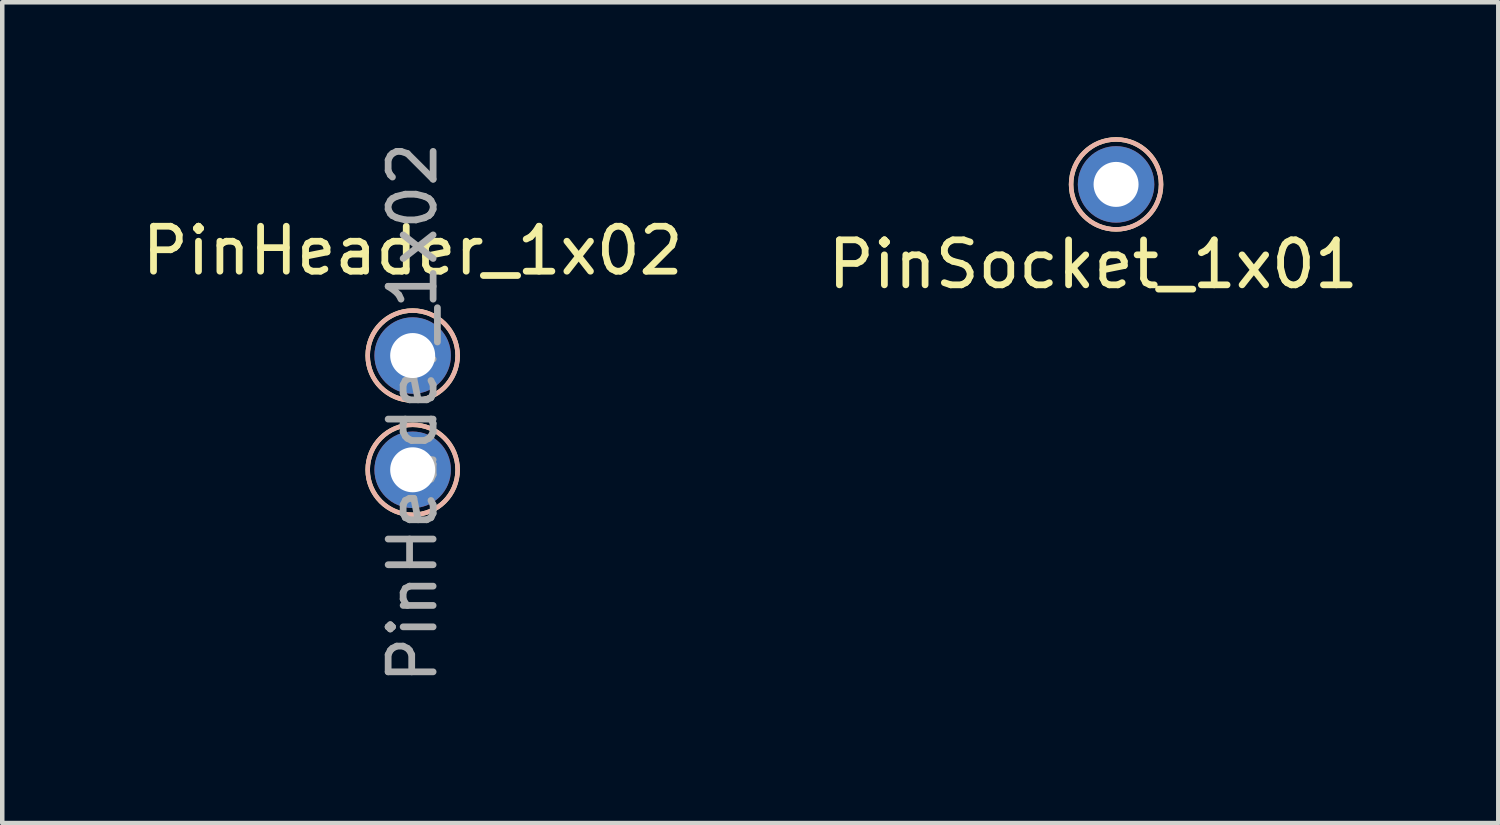
<source format=kicad_pcb>
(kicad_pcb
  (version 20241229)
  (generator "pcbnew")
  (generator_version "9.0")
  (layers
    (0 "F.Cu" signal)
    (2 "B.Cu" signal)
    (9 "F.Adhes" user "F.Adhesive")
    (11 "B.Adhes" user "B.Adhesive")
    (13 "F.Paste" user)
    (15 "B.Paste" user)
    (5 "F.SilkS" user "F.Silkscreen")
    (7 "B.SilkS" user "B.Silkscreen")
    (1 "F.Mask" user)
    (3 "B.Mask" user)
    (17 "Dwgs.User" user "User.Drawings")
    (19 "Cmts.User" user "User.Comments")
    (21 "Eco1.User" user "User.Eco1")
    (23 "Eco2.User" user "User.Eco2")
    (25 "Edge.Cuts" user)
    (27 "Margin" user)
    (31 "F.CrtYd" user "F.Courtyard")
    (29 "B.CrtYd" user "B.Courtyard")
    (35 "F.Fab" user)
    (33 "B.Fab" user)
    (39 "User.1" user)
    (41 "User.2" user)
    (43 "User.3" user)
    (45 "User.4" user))
  (footprint "PinHeader_1x02"
    (layer "F.Cu")
    (at 6.125 4.855)
    (property "Reference" "PinHeader_1x02" (at 0 -2.33 180) (layer "F.SilkS") (effects (font (size 1 1) (thickness 0.15))))
    (attr through_hole)
    (fp_circle (center 0 0) (end 1 0) (stroke (width 0.1) (type default)) (fill no) (layer "F.SilkS"))
    (fp_circle (center 0 2.54) (end 1 2.54) (stroke (width 0.1) (type default)) (fill no) (layer "F.SilkS"))
    (fp_circle (center 0 0) (end 1 0) (stroke (width 0.1) (type default)) (fill no) (layer "B.SilkS"))
    (fp_circle (center 0 2.54) (end 1 2.54) (stroke (width 0.1) (type default)) (fill no) (layer "B.SilkS"))
    (fp_text user "${REFERENCE}" (at 0 1.27 270) (layer "F.Fab") (effects (font (size 1 1) (thickness 0.15))))
    (pad "1" thru_hole circle (at 0 0) (size 1.7 1.7) (drill 1) (layers "*.Cu" "*.Mask"))
    (pad "2" thru_hole oval (at 0 2.54) (size 1.7 1.7) (drill 1) (layers "*.Cu" "*.Mask")))
  (footprint "PinSocket_1x01"
    (layer "F.Cu")
    (at 21.764 1.05)
    (property "Reference" "PinSocket_1x01" (at -0.508 1.778 0) (layer "F.SilkS") (effects (font (size 1 1) (thickness 0.15))))
    (attr through_hole)
    (fp_circle (center 0 0) (end 1 0) (stroke (width 0.1) (type default)) (fill no) (layer "F.SilkS"))
    (fp_circle (center 0 0) (end 1 0) (stroke (width 0.1) (type default)) (fill no) (layer "B.SilkS"))
    (pad "1" thru_hole circle (at 0 0) (size 1.7 1.7) (drill 1) (layers "*.Cu" "*.Mask")))
  (gr_rect
    (start -3 -3)
    (end 30.262 15.25)
    (stroke (width 0.1) (type default))
    (fill no)
    (layer "Edge.Cuts")))
</source>
